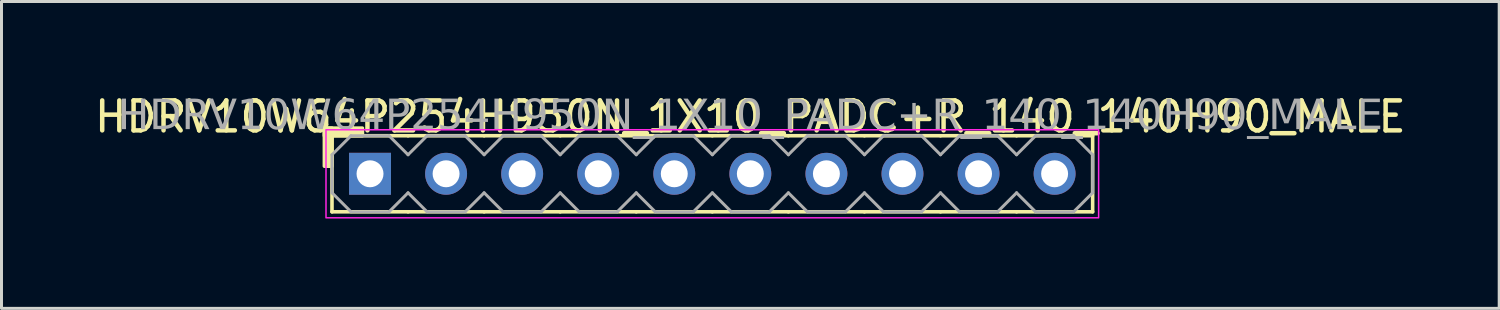
<source format=kicad_pcb>
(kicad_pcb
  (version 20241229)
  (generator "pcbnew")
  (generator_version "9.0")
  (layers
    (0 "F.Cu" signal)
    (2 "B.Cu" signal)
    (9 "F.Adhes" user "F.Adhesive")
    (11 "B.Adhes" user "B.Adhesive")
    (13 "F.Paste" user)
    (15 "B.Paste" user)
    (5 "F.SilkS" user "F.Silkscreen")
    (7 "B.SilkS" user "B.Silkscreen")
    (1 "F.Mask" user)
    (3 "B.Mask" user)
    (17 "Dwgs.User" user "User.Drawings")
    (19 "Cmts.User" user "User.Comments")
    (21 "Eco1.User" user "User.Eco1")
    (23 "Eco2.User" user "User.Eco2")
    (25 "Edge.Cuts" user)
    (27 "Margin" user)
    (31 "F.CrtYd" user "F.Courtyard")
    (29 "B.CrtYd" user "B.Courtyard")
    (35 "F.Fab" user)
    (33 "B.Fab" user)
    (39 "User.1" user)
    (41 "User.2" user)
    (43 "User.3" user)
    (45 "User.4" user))
  (footprint "HDRV10W64P254H950N_1X10_PADC+R_140_140H90_MALE"
    (layer "F.Cu")
    (at 20.736 2.753)
    (property "Reference" "HDRV10W64P254H950N_1X10_PADC+R_140_140H90_MALE" (at 1.27 -1.905 0) (layer "F.SilkS") (effects (font (size 1 1) (thickness 0.15))))
    (attr through_hole)
    (fp_line (start -12.7 1.27) (end -12.7 -1.27) (stroke (width 0.12) (type solid)) (layer "F.SilkS"))
    (fp_line (start -10.16 -1.27) (end -12.7 -1.27) (stroke (width 0.12) (type solid)) (layer "F.SilkS"))
    (fp_line (start -10.16 1.27) (end -12.7 1.27) (stroke (width 0.12) (type solid)) (layer "F.SilkS"))
    (fp_line (start -7.62 -1.27) (end -10.16 -1.27) (stroke (width 0.12) (type solid)) (layer "F.SilkS"))
    (fp_line (start -7.62 1.27) (end -10.16 1.27) (stroke (width 0.12) (type solid)) (layer "F.SilkS"))
    (fp_line (start -5.08 -1.27) (end -7.62 -1.27) (stroke (width 0.12) (type solid)) (layer "F.SilkS"))
    (fp_line (start -5.08 1.27) (end -7.62 1.27) (stroke (width 0.12) (type solid)) (layer "F.SilkS"))
    (fp_line (start -2.54 -1.27) (end -5.08 -1.27) (stroke (width 0.12) (type solid)) (layer "F.SilkS"))
    (fp_line (start -2.54 1.27) (end -5.08 1.27) (stroke (width 0.12) (type solid)) (layer "F.SilkS"))
    (fp_line (start 0 -1.27) (end -2.54 -1.27) (stroke (width 0.12) (type solid)) (layer "F.SilkS"))
    (fp_line (start 0 1.27) (end -2.54 1.27) (stroke (width 0.12) (type solid)) (layer "F.SilkS"))
    (fp_line (start 2.54 -1.27) (end 0 -1.27) (stroke (width 0.12) (type solid)) (layer "F.SilkS"))
    (fp_line (start 2.54 1.27) (end 0 1.27) (stroke (width 0.12) (type solid)) (layer "F.SilkS"))
    (fp_line (start 5.08 -1.27) (end 2.54 -1.27) (stroke (width 0.12) (type solid)) (layer "F.SilkS"))
    (fp_line (start 5.08 1.27) (end 2.54 1.27) (stroke (width 0.12) (type solid)) (layer "F.SilkS"))
    (fp_line (start 7.62 -1.27) (end 5.08 -1.27) (stroke (width 0.12) (type solid)) (layer "F.SilkS"))
    (fp_line (start 7.62 1.27) (end 5.08 1.27) (stroke (width 0.12) (type solid)) (layer "F.SilkS"))
    (fp_line (start 10.16 -1.27) (end 7.62 -1.27) (stroke (width 0.12) (type solid)) (layer "F.SilkS"))
    (fp_line (start 10.16 1.27) (end 7.62 1.27) (stroke (width 0.12) (type solid)) (layer "F.SilkS"))
    (fp_line (start 12.7 -1.27) (end 10.16 -1.27) (stroke (width 0.12) (type solid)) (layer "F.SilkS"))
    (fp_line (start 12.7 1.27) (end 10.16 1.27) (stroke (width 0.12) (type solid)) (layer "F.SilkS"))
    (fp_line (start 12.7 1.27) (end 12.7 -1.27) (stroke (width 0.12) (type solid)) (layer "F.SilkS"))
    (fp_rect (start -12.954 -0.254) (end -12.7 -1.524) (stroke (width 0.12) (type solid)) (fill yes) (layer "F.SilkS"))
    (fp_rect (start -11.684 -1.27) (end -12.954 -1.524) (stroke (width 0.12) (type solid)) (fill yes) (layer "F.SilkS"))
    (fp_rect (start -12.9 -1.47) (end 12.9 1.47) (stroke (width 0.05) (type default)) (fill no) (layer "F.CrtYd"))
    (fp_line (start -12.7 -0.635) (end -12.7 0.635) (stroke (width 0.1) (type solid)) (layer "F.Fab"))
    (fp_line (start -12.7 -0.635) (end -12.065 -1.27) (stroke (width 0.1) (type solid)) (layer "F.Fab"))
    (fp_line (start -12.065 -1.27) (end -10.795 -1.27) (stroke (width 0.1) (type solid)) (layer "F.Fab"))
    (fp_line (start -12.065 1.27) (end -12.7 0.635) (stroke (width 0.1) (type solid)) (layer "F.Fab"))
    (fp_line (start -10.795 -1.27) (end -10.16 -0.635) (stroke (width 0.1) (type solid)) (layer "F.Fab"))
    (fp_line (start -10.795 1.27) (end -12.065 1.27) (stroke (width 0.1) (type solid)) (layer "F.Fab"))
    (fp_line (start -10.16 -0.635) (end -9.525 -1.27) (stroke (width 0.1) (type solid)) (layer "F.Fab"))
    (fp_line (start -10.16 0.635) (end -10.795 1.27) (stroke (width 0.1) (type solid)) (layer "F.Fab"))
    (fp_line (start -9.525 -1.27) (end -8.255 -1.27) (stroke (width 0.1) (type solid)) (layer "F.Fab"))
    (fp_line (start -9.525 1.27) (end -10.16 0.635) (stroke (width 0.1) (type solid)) (layer "F.Fab"))
    (fp_line (start -8.255 -1.27) (end -7.62 -0.635) (stroke (width 0.1) (type solid)) (layer "F.Fab"))
    (fp_line (start -8.255 1.27) (end -9.525 1.27) (stroke (width 0.1) (type solid)) (layer "F.Fab"))
    (fp_line (start -7.62 -0.635) (end -6.985 -1.27) (stroke (width 0.1) (type solid)) (layer "F.Fab"))
    (fp_line (start -7.62 0.635) (end -8.255 1.27) (stroke (width 0.1) (type solid)) (layer "F.Fab"))
    (fp_line (start -6.985 -1.27) (end -5.715 -1.27) (stroke (width 0.1) (type solid)) (layer "F.Fab"))
    (fp_line (start -6.985 1.27) (end -7.62 0.635) (stroke (width 0.1) (type solid)) (layer "F.Fab"))
    (fp_line (start -5.715 -1.27) (end -5.08 -0.635) (stroke (width 0.1) (type solid)) (layer "F.Fab"))
    (fp_line (start -5.715 1.27) (end -6.985 1.27) (stroke (width 0.1) (type solid)) (layer "F.Fab"))
    (fp_line (start -5.08 -0.635) (end -4.445 -1.27) (stroke (width 0.1) (type solid)) (layer "F.Fab"))
    (fp_line (start -5.08 0.635) (end -5.715 1.27) (stroke (width 0.1) (type solid)) (layer "F.Fab"))
    (fp_line (start -4.445 -1.27) (end -3.175 -1.27) (stroke (width 0.1) (type solid)) (layer "F.Fab"))
    (fp_line (start -4.445 1.27) (end -5.08 0.635) (stroke (width 0.1) (type solid)) (layer "F.Fab"))
    (fp_line (start -3.175 -1.27) (end -2.54 -0.635) (stroke (width 0.1) (type solid)) (layer "F.Fab"))
    (fp_line (start -3.175 1.27) (end -4.445 1.27) (stroke (width 0.1) (type solid)) (layer "F.Fab"))
    (fp_line (start -2.54 -0.635) (end -1.905 -1.27) (stroke (width 0.1) (type solid)) (layer "F.Fab"))
    (fp_line (start -2.54 0.635) (end -3.175 1.27) (stroke (width 0.1) (type solid)) (layer "F.Fab"))
    (fp_line (start -1.905 -1.27) (end -0.635 -1.27) (stroke (width 0.1) (type solid)) (layer "F.Fab"))
    (fp_line (start -1.905 1.27) (end -2.54 0.635) (stroke (width 0.1) (type solid)) (layer "F.Fab"))
    (fp_line (start -0.635 -1.27) (end 0 -0.635) (stroke (width 0.1) (type solid)) (layer "F.Fab"))
    (fp_line (start -0.635 1.27) (end -1.905 1.27) (stroke (width 0.1) (type solid)) (layer "F.Fab"))
    (fp_line (start 0 -0.635) (end 0.635 -1.27) (stroke (width 0.1) (type solid)) (layer "F.Fab"))
    (fp_line (start 0 0.635) (end -0.635 1.27) (stroke (width 0.1) (type solid)) (layer "F.Fab"))
    (fp_line (start 0.635 -1.27) (end 1.905 -1.27) (stroke (width 0.1) (type solid)) (layer "F.Fab"))
    (fp_line (start 0.635 1.27) (end 0 0.635) (stroke (width 0.1) (type solid)) (layer "F.Fab"))
    (fp_line (start 1.905 -1.27) (end 2.54 -0.635) (stroke (width 0.1) (type solid)) (layer "F.Fab"))
    (fp_line (start 1.905 1.27) (end 0.635 1.27) (stroke (width 0.1) (type solid)) (layer "F.Fab"))
    (fp_line (start 2.54 -0.635) (end 3.175 -1.27) (stroke (width 0.1) (type solid)) (layer "F.Fab"))
    (fp_line (start 2.54 0.635) (end 1.905 1.27) (stroke (width 0.1) (type solid)) (layer "F.Fab"))
    (fp_line (start 3.175 -1.27) (end 4.445 -1.27) (stroke (width 0.1) (type solid)) (layer "F.Fab"))
    (fp_line (start 3.175 1.27) (end 2.54 0.635) (stroke (width 0.1) (type solid)) (layer "F.Fab"))
    (fp_line (start 4.445 -1.27) (end 5.08 -0.635) (stroke (width 0.1) (type solid)) (layer "F.Fab"))
    (fp_line (start 4.445 1.27) (end 3.175 1.27) (stroke (width 0.1) (type solid)) (layer "F.Fab"))
    (fp_line (start 5.08 -0.635) (end 5.715 -1.27) (stroke (width 0.1) (type solid)) (layer "F.Fab"))
    (fp_line (start 5.08 0.635) (end 4.445 1.27) (stroke (width 0.1) (type solid)) (layer "F.Fab"))
    (fp_line (start 5.715 -1.27) (end 6.985 -1.27) (stroke (width 0.1) (type solid)) (layer "F.Fab"))
    (fp_line (start 5.715 1.27) (end 5.08 0.635) (stroke (width 0.1) (type solid)) (layer "F.Fab"))
    (fp_line (start 6.985 -1.27) (end 7.62 -0.635) (stroke (width 0.1) (type solid)) (layer "F.Fab"))
    (fp_line (start 6.985 1.27) (end 5.715 1.27) (stroke (width 0.1) (type solid)) (layer "F.Fab"))
    (fp_line (start 7.62 -0.635) (end 8.255 -1.27) (stroke (width 0.1) (type solid)) (layer "F.Fab"))
    (fp_line (start 7.62 0.635) (end 6.985 1.27) (stroke (width 0.1) (type solid)) (layer "F.Fab"))
    (fp_line (start 8.255 -1.27) (end 9.525 -1.27) (stroke (width 0.1) (type solid)) (layer "F.Fab"))
    (fp_line (start 8.255 1.27) (end 7.62 0.635) (stroke (width 0.1) (type solid)) (layer "F.Fab"))
    (fp_line (start 9.525 -1.27) (end 10.16 -0.635) (stroke (width 0.1) (type solid)) (layer "F.Fab"))
    (fp_line (start 9.525 1.27) (end 8.255 1.27) (stroke (width 0.1) (type solid)) (layer "F.Fab"))
    (fp_line (start 10.16 -0.635) (end 10.795 -1.27) (stroke (width 0.1) (type solid)) (layer "F.Fab"))
    (fp_line (start 10.16 0.635) (end 9.525 1.27) (stroke (width 0.1) (type solid)) (layer "F.Fab"))
    (fp_line (start 10.795 -1.27) (end 12.065 -1.27) (stroke (width 0.1) (type solid)) (layer "F.Fab"))
    (fp_line (start 10.795 1.27) (end 10.16 0.635) (stroke (width 0.1) (type solid)) (layer "F.Fab"))
    (fp_line (start 12.065 -1.27) (end 12.7 -0.635) (stroke (width 0.1) (type solid)) (layer "F.Fab"))
    (fp_line (start 12.065 1.27) (end 10.795 1.27) (stroke (width 0.1) (type solid)) (layer "F.Fab"))
    (fp_line (start 12.7 -0.635) (end 12.7 0.635) (stroke (width 0.1) (type solid)) (layer "F.Fab"))
    (fp_line (start 12.7 0.635) (end 12.065 1.27) (stroke (width 0.1) (type solid)) (layer "F.Fab"))
    (fp_rect (start -11.176 -0.254) (end -11.684 0.254) (stroke (width 0.1) (type solid)) (fill no) (layer "F.Fab"))
    (fp_rect (start -8.636 -0.254) (end -9.144 0.254) (stroke (width 0.1) (type solid)) (fill no) (layer "F.Fab"))
    (fp_rect (start -6.096 -0.254) (end -6.604 0.254) (stroke (width 0.1) (type solid)) (fill no) (layer "F.Fab"))
    (fp_rect (start -3.556 -0.254) (end -4.064 0.254) (stroke (width 0.1) (type solid)) (fill no) (layer "F.Fab"))
    (fp_rect (start -1.016 -0.254) (end -1.524 0.254) (stroke (width 0.1) (type solid)) (fill no) (layer "F.Fab"))
    (fp_rect (start 1.524 -0.254) (end 1.016 0.254) (stroke (width 0.1) (type solid)) (fill no) (layer "F.Fab"))
    (fp_rect (start 4.064 -0.254) (end 3.556 0.254) (stroke (width 0.1) (type solid)) (fill no) (layer "F.Fab"))
    (fp_rect (start 6.604 -0.254) (end 6.096 0.254) (stroke (width 0.1) (type solid)) (fill no) (layer "F.Fab"))
    (fp_rect (start 9.144 -0.254) (end 8.636 0.254) (stroke (width 0.1) (type solid)) (fill no) (layer "F.Fab"))
    (fp_rect (start 11.684 -0.254) (end 11.176 0.254) (stroke (width 0.1) (type solid)) (fill no) (layer "F.Fab"))
    (fp_text user "${REFERENCE}" (at 1.27 -1.905 0) (layer "F.Fab") (effects (font (face "Tahoma") (size 1 1) (thickness 0.15))))
    (pad "1" thru_hole rect (at -11.43 0) (size 1.4 1.4) (drill 0.9) (layers "*.Cu" "*.Mask"))
    (pad "2" thru_hole circle (at -8.89 0) (size 1.4 1.4) (drill 0.9) (layers "*.Cu" "*.Mask"))
    (pad "3" thru_hole circle (at -6.35 0) (size 1.4 1.4) (drill 0.9) (layers "*.Cu" "*.Mask"))
    (pad "4" thru_hole circle (at -3.81 0) (size 1.4 1.4) (drill 0.9) (layers "*.Cu" "*.Mask"))
    (pad "5" thru_hole circle (at -1.27 0) (size 1.4 1.4) (drill 0.9) (layers "*.Cu" "*.Mask"))
    (pad "6" thru_hole circle (at 1.27 0) (size 1.4 1.4) (drill 0.9) (layers "*.Cu" "*.Mask"))
    (pad "7" thru_hole circle (at 3.81 0) (size 1.4 1.4) (drill 0.9) (layers "*.Cu" "*.Mask"))
    (pad "8" thru_hole circle (at 6.35 0) (size 1.4 1.4) (drill 0.9) (layers "*.Cu" "*.Mask"))
    (pad "9" thru_hole circle (at 8.89 0) (size 1.4 1.4) (drill 0.9) (layers "*.Cu" "*.Mask"))
    (pad "10" thru_hole circle (at 11.43 0) (size 1.4 1.4) (drill 0.9) (layers "*.Cu" "*.Mask")))
  (gr_rect
    (start -3 -3)
    (end 47.012 7.248)
    (stroke (width 0.1) (type default))
    (fill no)
    (layer "Edge.Cuts")))
</source>
